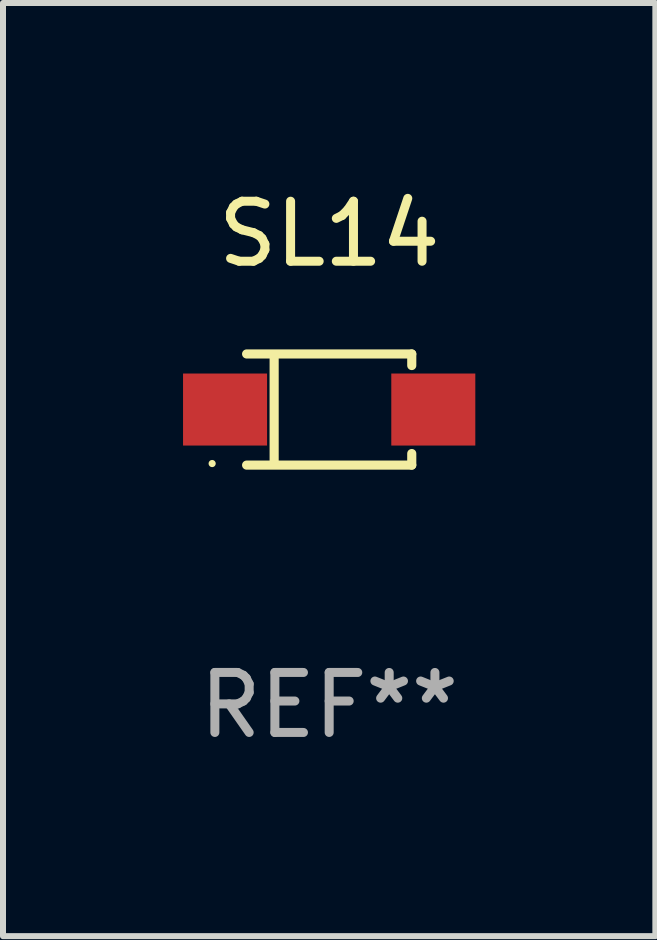
<source format=kicad_pcb>
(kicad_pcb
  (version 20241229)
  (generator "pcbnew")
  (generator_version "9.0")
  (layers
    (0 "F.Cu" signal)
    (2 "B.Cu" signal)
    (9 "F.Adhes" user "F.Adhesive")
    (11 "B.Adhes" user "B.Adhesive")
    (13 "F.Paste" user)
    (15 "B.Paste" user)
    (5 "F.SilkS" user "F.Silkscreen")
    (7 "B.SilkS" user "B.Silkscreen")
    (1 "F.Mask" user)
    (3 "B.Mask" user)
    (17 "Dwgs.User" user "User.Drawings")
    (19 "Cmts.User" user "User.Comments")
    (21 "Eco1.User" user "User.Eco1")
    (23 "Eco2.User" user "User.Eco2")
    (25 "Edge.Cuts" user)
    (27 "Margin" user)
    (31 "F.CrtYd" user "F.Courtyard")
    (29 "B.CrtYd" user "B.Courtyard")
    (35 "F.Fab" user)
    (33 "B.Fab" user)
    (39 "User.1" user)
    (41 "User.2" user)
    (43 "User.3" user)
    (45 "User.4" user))
  (footprint "SL14"
    (layer "F.Cu")
    (at 2.435 3.774)
    (property "Reference" "SL14" (at 0 -2.926 0) (layer "F.SilkS") (effects (font (size 1 1) (thickness 0.15))))
    (attr through_hole)
    (fp_line (start -1.376 -0.926) (end 1.376 -0.926) (stroke (width 0.152) (type solid)) (layer "F.SilkS"))
    (fp_line (start -1.376 0.926) (end 1.376 0.926) (stroke (width 0.152) (type solid)) (layer "F.SilkS"))
    (fp_line (start -0.917 -0.876) (end -0.917 0.876) (stroke (width 0.152) (type solid)) (layer "F.SilkS"))
    (fp_line (start 1.376 -0.926) (end 1.376 -0.733) (stroke (width 0.152) (type solid)) (layer "F.SilkS"))
    (fp_line (start 1.376 0.926) (end 1.376 0.733) (stroke (width 0.152) (type solid)) (layer "F.SilkS"))
    (fp_circle (center -1.95 0.9) (end -1.92 0.9) (stroke (width 0.06) (type solid)) (fill no) (layer "F.SilkS"))
    (fp_text user "REF**" (at 0 4.926 0) (layer "F.Fab") (effects (font (size 1 1) (thickness 0.15))))
    (pad "1" smd rect (at -1.735 0) (size 1.4 1.2) (layers "F.Cu" "F.Mask" "F.Paste"))
    (pad "2" smd rect (at 1.735 0) (size 1.4 1.2) (layers "F.Cu" "F.Mask" "F.Paste")))
  (gr_rect
    (start -3 -3)
    (end 7.87 12.549)
    (stroke (width 0.1) (type default))
    (fill no)
    (layer "Edge.Cuts")))
</source>
